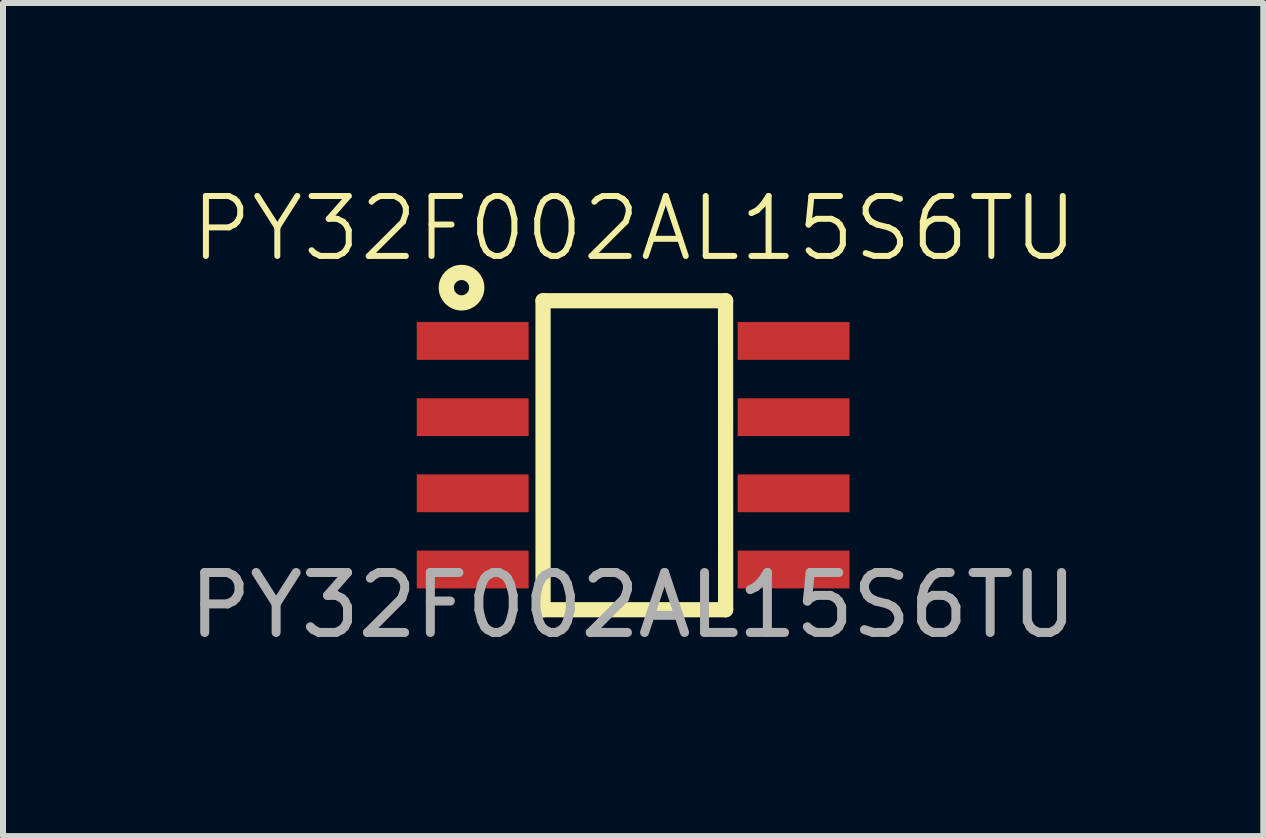
<source format=kicad_pcb>
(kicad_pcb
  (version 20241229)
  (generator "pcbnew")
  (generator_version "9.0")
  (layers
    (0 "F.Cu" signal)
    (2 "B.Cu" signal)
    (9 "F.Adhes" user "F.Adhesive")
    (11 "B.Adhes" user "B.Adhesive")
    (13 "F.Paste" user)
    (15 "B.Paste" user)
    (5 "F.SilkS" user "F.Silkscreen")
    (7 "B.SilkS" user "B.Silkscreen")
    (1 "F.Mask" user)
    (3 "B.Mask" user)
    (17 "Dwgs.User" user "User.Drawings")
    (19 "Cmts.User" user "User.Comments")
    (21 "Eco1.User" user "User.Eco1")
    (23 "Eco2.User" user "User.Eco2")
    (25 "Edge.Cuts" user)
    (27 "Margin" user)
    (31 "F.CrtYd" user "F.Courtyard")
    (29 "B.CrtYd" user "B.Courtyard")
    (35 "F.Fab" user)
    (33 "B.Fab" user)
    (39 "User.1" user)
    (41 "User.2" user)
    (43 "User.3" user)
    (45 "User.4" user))
  (footprint "PY32F002AL15S6TU"
    (layer "F.Cu")
    (at 7.506 4.54)
    (property "Reference" "PY32F002AL15S6TU" (at 0.02 -3.78 0) (unlocked yes) (layer "F.SilkS") (effects (font (size 1 1) (thickness 0.1))))
    (attr through_hole)
    (fp_line (start -1.502 -2.576) (end 1.542 -2.576) (stroke (width 0.254) (type solid)) (layer "F.SilkS"))
    (fp_line (start -1.502 2.576) (end -1.502 -2.576) (stroke (width 0.254) (type solid)) (layer "F.SilkS"))
    (fp_line (start 1.541 -2.576) (end 1.542 2.576) (stroke (width 0.254) (type solid)) (layer "F.SilkS"))
    (fp_line (start 1.542 2.576) (end -1.501 2.576) (stroke (width 0.254) (type solid)) (layer "F.SilkS"))
    (fp_circle (center -2.861 -2.794) (end -2.861 -2.54) (stroke (width 0.254) (type solid)) (fill no) (layer "F.SilkS"))
    (fp_text user "${REFERENCE}" (at 0 2.5 0) (unlocked yes) (layer "F.Fab") (effects (font (size 1 1) (thickness 0.15))))
    (pad "1" smd rect (at -2.675 -1.905) (size 1.865 0.63) (layers "F.Cu" "F.Mask" "F.Paste"))
    (pad "2" smd rect (at -2.675 -0.635) (size 1.865 0.63) (layers "F.Cu" "F.Mask" "F.Paste"))
    (pad "3" smd rect (at -2.675 0.635) (size 1.865 0.63) (layers "F.Cu" "F.Mask" "F.Paste"))
    (pad "4" smd rect (at -2.675 1.905) (size 1.865 0.63) (layers "F.Cu" "F.Mask" "F.Paste"))
    (pad "5" smd rect (at 2.675 1.905) (size 1.865 0.63) (layers "F.Cu" "F.Mask" "F.Paste"))
    (pad "6" smd rect (at 2.675 0.635) (size 1.865 0.63) (layers "F.Cu" "F.Mask" "F.Paste"))
    (pad "7" smd rect (at 2.675 -0.635) (size 1.865 0.63) (layers "F.Cu" "F.Mask" "F.Paste"))
    (pad "8" smd rect (at 2.675 -1.905) (size 1.865 0.63) (layers "F.Cu" "F.Mask" "F.Paste")))
  (gr_rect
    (start -3 -3)
    (end 18.012 10.889)
    (stroke (width 0.1) (type default))
    (fill no)
    (layer "Edge.Cuts")))
</source>
